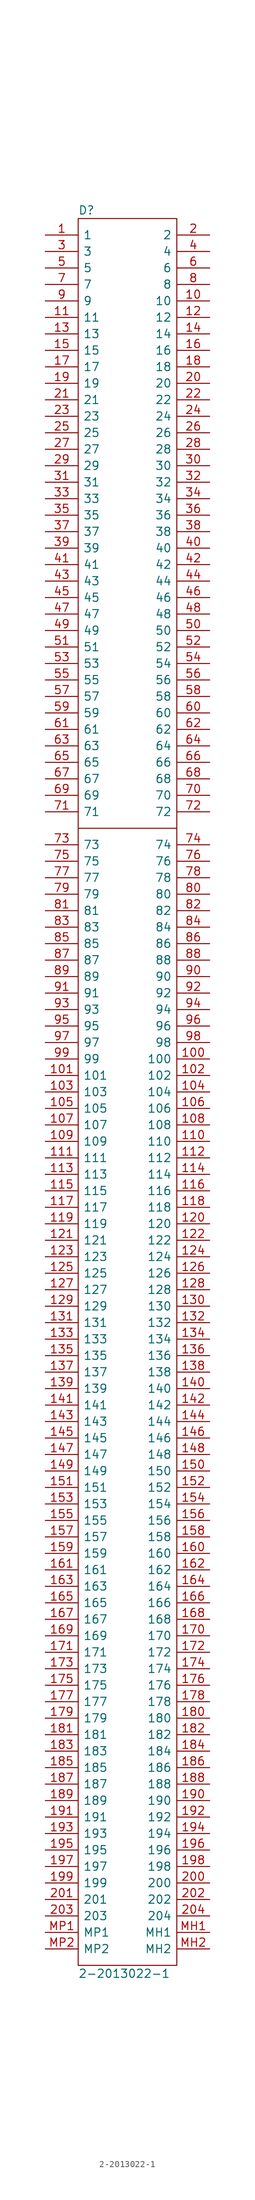
<source format=kicad_sym>
(kicad_symbol_lib
  (version 20211014)
  (generator kicad_symbol_editor)
  (symbol "2-2013022-1"
    (pin_names
      (offset 0.762))
    (property "Reference" "D"
      (at 0 270.51 0)
      (effects (font (size 1.27 1.27)) (justify left)))
    (property "Value" "2-2013022-1"
      (at 0 -1.27 0)
      (effects (font (size 1.27 1.27)) (justify left)))
    (symbol "2-2013022-1_0_0"
      (pin passive line (at -5.08 266.7 0) (length 5.08) (name "1" (effects (font (size 1.27 1.27)))) (number "1" (effects (font (size 1.27 1.27)))))
      (pin passive line (at 20.32 256.54 180) (length 5.08) (name "10" (effects (font (size 1.27 1.27)))) (number "10" (effects (font (size 1.27 1.27)))))
      (pin passive line (at 20.32 139.7 180) (length 5.08) (name "100" (effects (font (size 1.27 1.27)))) (number "100" (effects (font (size 1.27 1.27)))))
      (pin passive line (at -5.08 137.16 0) (length 5.08) (name "101" (effects (font (size 1.27 1.27)))) (number "101" (effects (font (size 1.27 1.27)))))
      (pin passive line (at 20.32 137.16 180) (length 5.08) (name "102" (effects (font (size 1.27 1.27)))) (number "102" (effects (font (size 1.27 1.27)))))
      (pin passive line (at -5.08 134.62 0) (length 5.08) (name "103" (effects (font (size 1.27 1.27)))) (number "103" (effects (font (size 1.27 1.27)))))
      (pin passive line (at 20.32 134.62 180) (length 5.08) (name "104" (effects (font (size 1.27 1.27)))) (number "104" (effects (font (size 1.27 1.27)))))
      (pin passive line (at -5.08 132.08 0) (length 5.08) (name "105" (effects (font (size 1.27 1.27)))) (number "105" (effects (font (size 1.27 1.27)))))
      (pin passive line (at 20.32 132.08 180) (length 5.08) (name "106" (effects (font (size 1.27 1.27)))) (number "106" (effects (font (size 1.27 1.27)))))
      (pin passive line (at -5.08 129.54 0) (length 5.08) (name "107" (effects (font (size 1.27 1.27)))) (number "107" (effects (font (size 1.27 1.27)))))
      (pin passive line (at 20.32 129.54 180) (length 5.08) (name "108" (effects (font (size 1.27 1.27)))) (number "108" (effects (font (size 1.27 1.27)))))
      (pin passive line (at -5.08 127 0) (length 5.08) (name "109" (effects (font (size 1.27 1.27)))) (number "109" (effects (font (size 1.27 1.27)))))
      (pin passive line (at -5.08 254 0) (length 5.08) (name "11" (effects (font (size 1.27 1.27)))) (number "11" (effects (font (size 1.27 1.27)))))
      (pin passive line (at 20.32 127 180) (length 5.08) (name "110" (effects (font (size 1.27 1.27)))) (number "110" (effects (font (size 1.27 1.27)))))
      (pin passive line (at -5.08 124.46 0) (length 5.08) (name "111" (effects (font (size 1.27 1.27)))) (number "111" (effects (font (size 1.27 1.27)))))
      (pin passive line (at 20.32 124.46 180) (length 5.08) (name "112" (effects (font (size 1.27 1.27)))) (number "112" (effects (font (size 1.27 1.27)))))
      (pin passive line (at -5.08 121.92 0) (length 5.08) (name "113" (effects (font (size 1.27 1.27)))) (number "113" (effects (font (size 1.27 1.27)))))
      (pin passive line (at 20.32 121.92 180) (length 5.08) (name "114" (effects (font (size 1.27 1.27)))) (number "114" (effects (font (size 1.27 1.27)))))
      (pin passive line (at -5.08 119.38 0) (length 5.08) (name "115" (effects (font (size 1.27 1.27)))) (number "115" (effects (font (size 1.27 1.27)))))
      (pin passive line (at 20.32 119.38 180) (length 5.08) (name "116" (effects (font (size 1.27 1.27)))) (number "116" (effects (font (size 1.27 1.27)))))
      (pin passive line (at -5.08 116.84 0) (length 5.08) (name "117" (effects (font (size 1.27 1.27)))) (number "117" (effects (font (size 1.27 1.27)))))
      (pin passive line (at 20.32 116.84 180) (length 5.08) (name "118" (effects (font (size 1.27 1.27)))) (number "118" (effects (font (size 1.27 1.27)))))
      (pin passive line (at -5.08 114.3 0) (length 5.08) (name "119" (effects (font (size 1.27 1.27)))) (number "119" (effects (font (size 1.27 1.27)))))
      (pin passive line (at 20.32 254 180) (length 5.08) (name "12" (effects (font (size 1.27 1.27)))) (number "12" (effects (font (size 1.27 1.27)))))
      (pin passive line (at 20.32 114.3 180) (length 5.08) (name "120" (effects (font (size 1.27 1.27)))) (number "120" (effects (font (size 1.27 1.27)))))
      (pin passive line (at -5.08 111.76 0) (length 5.08) (name "121" (effects (font (size 1.27 1.27)))) (number "121" (effects (font (size 1.27 1.27)))))
      (pin passive line (at 20.32 111.76 180) (length 5.08) (name "122" (effects (font (size 1.27 1.27)))) (number "122" (effects (font (size 1.27 1.27)))))
      (pin passive line (at -5.08 109.22 0) (length 5.08) (name "123" (effects (font (size 1.27 1.27)))) (number "123" (effects (font (size 1.27 1.27)))))
      (pin passive line (at 20.32 109.22 180) (length 5.08) (name "124" (effects (font (size 1.27 1.27)))) (number "124" (effects (font (size 1.27 1.27)))))
      (pin passive line (at -5.08 106.68 0) (length 5.08) (name "125" (effects (font (size 1.27 1.27)))) (number "125" (effects (font (size 1.27 1.27)))))
      (pin passive line (at 20.32 106.68 180) (length 5.08) (name "126" (effects (font (size 1.27 1.27)))) (number "126" (effects (font (size 1.27 1.27)))))
      (pin passive line (at -5.08 104.14 0) (length 5.08) (name "127" (effects (font (size 1.27 1.27)))) (number "127" (effects (font (size 1.27 1.27)))))
      (pin passive line (at 20.32 104.14 180) (length 5.08) (name "128" (effects (font (size 1.27 1.27)))) (number "128" (effects (font (size 1.27 1.27)))))
      (pin passive line (at -5.08 101.6 0) (length 5.08) (name "129" (effects (font (size 1.27 1.27)))) (number "129" (effects (font (size 1.27 1.27)))))
      (pin passive line (at -5.08 251.46 0) (length 5.08) (name "13" (effects (font (size 1.27 1.27)))) (number "13" (effects (font (size 1.27 1.27)))))
      (pin passive line (at 20.32 101.6 180) (length 5.08) (name "130" (effects (font (size 1.27 1.27)))) (number "130" (effects (font (size 1.27 1.27)))))
      (pin passive line (at -5.08 99.06 0) (length 5.08) (name "131" (effects (font (size 1.27 1.27)))) (number "131" (effects (font (size 1.27 1.27)))))
      (pin passive line (at 20.32 99.06 180) (length 5.08) (name "132" (effects (font (size 1.27 1.27)))) (number "132" (effects (font (size 1.27 1.27)))))
      (pin passive line (at -5.08 96.52 0) (length 5.08) (name "133" (effects (font (size 1.27 1.27)))) (number "133" (effects (font (size 1.27 1.27)))))
      (pin passive line (at 20.32 96.52 180) (length 5.08) (name "134" (effects (font (size 1.27 1.27)))) (number "134" (effects (font (size 1.27 1.27)))))
      (pin passive line (at -5.08 93.98 0) (length 5.08) (name "135" (effects (font (size 1.27 1.27)))) (number "135" (effects (font (size 1.27 1.27)))))
      (pin passive line (at 20.32 93.98 180) (length 5.08) (name "136" (effects (font (size 1.27 1.27)))) (number "136" (effects (font (size 1.27 1.27)))))
      (pin passive line (at -5.08 91.44 0) (length 5.08) (name "137" (effects (font (size 1.27 1.27)))) (number "137" (effects (font (size 1.27 1.27)))))
      (pin passive line (at 20.32 91.44 180) (length 5.08) (name "138" (effects (font (size 1.27 1.27)))) (number "138" (effects (font (size 1.27 1.27)))))
      (pin passive line (at -5.08 88.9 0) (length 5.08) (name "139" (effects (font (size 1.27 1.27)))) (number "139" (effects (font (size 1.27 1.27)))))
      (pin passive line (at 20.32 251.46 180) (length 5.08) (name "14" (effects (font (size 1.27 1.27)))) (number "14" (effects (font (size 1.27 1.27)))))
      (pin passive line (at 20.32 88.9 180) (length 5.08) (name "140" (effects (font (size 1.27 1.27)))) (number "140" (effects (font (size 1.27 1.27)))))
      (pin passive line (at -5.08 86.36 0) (length 5.08) (name "141" (effects (font (size 1.27 1.27)))) (number "141" (effects (font (size 1.27 1.27)))))
      (pin passive line (at 20.32 86.36 180) (length 5.08) (name "142" (effects (font (size 1.27 1.27)))) (number "142" (effects (font (size 1.27 1.27)))))
      (pin passive line (at -5.08 83.82 0) (length 5.08) (name "143" (effects (font (size 1.27 1.27)))) (number "143" (effects (font (size 1.27 1.27)))))
      (pin passive line (at 20.32 83.82 180) (length 5.08) (name "144" (effects (font (size 1.27 1.27)))) (number "144" (effects (font (size 1.27 1.27)))))
      (pin passive line (at -5.08 81.28 0) (length 5.08) (name "145" (effects (font (size 1.27 1.27)))) (number "145" (effects (font (size 1.27 1.27)))))
      (pin passive line (at 20.32 81.28 180) (length 5.08) (name "146" (effects (font (size 1.27 1.27)))) (number "146" (effects (font (size 1.27 1.27)))))
      (pin passive line (at -5.08 78.74 0) (length 5.08) (name "147" (effects (font (size 1.27 1.27)))) (number "147" (effects (font (size 1.27 1.27)))))
      (pin passive line (at 20.32 78.74 180) (length 5.08) (name "148" (effects (font (size 1.27 1.27)))) (number "148" (effects (font (size 1.27 1.27)))))
      (pin passive line (at -5.08 76.2 0) (length 5.08) (name "149" (effects (font (size 1.27 1.27)))) (number "149" (effects (font (size 1.27 1.27)))))
      (pin passive line (at -5.08 248.92 0) (length 5.08) (name "15" (effects (font (size 1.27 1.27)))) (number "15" (effects (font (size 1.27 1.27)))))
      (pin passive line (at 20.32 76.2 180) (length 5.08) (name "150" (effects (font (size 1.27 1.27)))) (number "150" (effects (font (size 1.27 1.27)))))
      (pin passive line (at -5.08 73.66 0) (length 5.08) (name "151" (effects (font (size 1.27 1.27)))) (number "151" (effects (font (size 1.27 1.27)))))
      (pin passive line (at 20.32 73.66 180) (length 5.08) (name "152" (effects (font (size 1.27 1.27)))) (number "152" (effects (font (size 1.27 1.27)))))
      (pin passive line (at -5.08 71.12 0) (length 5.08) (name "153" (effects (font (size 1.27 1.27)))) (number "153" (effects (font (size 1.27 1.27)))))
      (pin passive line (at 20.32 71.12 180) (length 5.08) (name "154" (effects (font (size 1.27 1.27)))) (number "154" (effects (font (size 1.27 1.27)))))
      (pin passive line (at -5.08 68.58 0) (length 5.08) (name "155" (effects (font (size 1.27 1.27)))) (number "155" (effects (font (size 1.27 1.27)))))
      (pin passive line (at 20.32 68.58 180) (length 5.08) (name "156" (effects (font (size 1.27 1.27)))) (number "156" (effects (font (size 1.27 1.27)))))
      (pin passive line (at -5.08 66.04 0) (length 5.08) (name "157" (effects (font (size 1.27 1.27)))) (number "157" (effects (font (size 1.27 1.27)))))
      (pin passive line (at 20.32 66.04 180) (length 5.08) (name "158" (effects (font (size 1.27 1.27)))) (number "158" (effects (font (size 1.27 1.27)))))
      (pin passive line (at -5.08 63.5 0) (length 5.08) (name "159" (effects (font (size 1.27 1.27)))) (number "159" (effects (font (size 1.27 1.27)))))
      (pin passive line (at 20.32 248.92 180) (length 5.08) (name "16" (effects (font (size 1.27 1.27)))) (number "16" (effects (font (size 1.27 1.27)))))
      (pin passive line (at 20.32 63.5 180) (length 5.08) (name "160" (effects (font (size 1.27 1.27)))) (number "160" (effects (font (size 1.27 1.27)))))
      (pin passive line (at -5.08 60.96 0) (length 5.08) (name "161" (effects (font (size 1.27 1.27)))) (number "161" (effects (font (size 1.27 1.27)))))
      (pin passive line (at 20.32 60.96 180) (length 5.08) (name "162" (effects (font (size 1.27 1.27)))) (number "162" (effects (font (size 1.27 1.27)))))
      (pin passive line (at -5.08 58.42 0) (length 5.08) (name "163" (effects (font (size 1.27 1.27)))) (number "163" (effects (font (size 1.27 1.27)))))
      (pin passive line (at 20.32 58.42 180) (length 5.08) (name "164" (effects (font (size 1.27 1.27)))) (number "164" (effects (font (size 1.27 1.27)))))
      (pin passive line (at -5.08 55.88 0) (length 5.08) (name "165" (effects (font (size 1.27 1.27)))) (number "165" (effects (font (size 1.27 1.27)))))
      (pin passive line (at 20.32 55.88 180) (length 5.08) (name "166" (effects (font (size 1.27 1.27)))) (number "166" (effects (font (size 1.27 1.27)))))
      (pin passive line (at -5.08 53.34 0) (length 5.08) (name "167" (effects (font (size 1.27 1.27)))) (number "167" (effects (font (size 1.27 1.27)))))
      (pin passive line (at 20.32 53.34 180) (length 5.08) (name "168" (effects (font (size 1.27 1.27)))) (number "168" (effects (font (size 1.27 1.27)))))
      (pin passive line (at -5.08 50.8 0) (length 5.08) (name "169" (effects (font (size 1.27 1.27)))) (number "169" (effects (font (size 1.27 1.27)))))
      (pin passive line (at -5.08 246.38 0) (length 5.08) (name "17" (effects (font (size 1.27 1.27)))) (number "17" (effects (font (size 1.27 1.27)))))
      (pin passive line (at 20.32 50.8 180) (length 5.08) (name "170" (effects (font (size 1.27 1.27)))) (number "170" (effects (font (size 1.27 1.27)))))
      (pin passive line (at -5.08 48.26 0) (length 5.08) (name "171" (effects (font (size 1.27 1.27)))) (number "171" (effects (font (size 1.27 1.27)))))
      (pin passive line (at 20.32 48.26 180) (length 5.08) (name "172" (effects (font (size 1.27 1.27)))) (number "172" (effects (font (size 1.27 1.27)))))
      (pin passive line (at -5.08 45.72 0) (length 5.08) (name "173" (effects (font (size 1.27 1.27)))) (number "173" (effects (font (size 1.27 1.27)))))
      (pin passive line (at 20.32 45.72 180) (length 5.08) (name "174" (effects (font (size 1.27 1.27)))) (number "174" (effects (font (size 1.27 1.27)))))
      (pin passive line (at -5.08 43.18 0) (length 5.08) (name "175" (effects (font (size 1.27 1.27)))) (number "175" (effects (font (size 1.27 1.27)))))
      (pin passive line (at 20.32 43.18 180) (length 5.08) (name "176" (effects (font (size 1.27 1.27)))) (number "176" (effects (font (size 1.27 1.27)))))
      (pin passive line (at -5.08 40.64 0) (length 5.08) (name "177" (effects (font (size 1.27 1.27)))) (number "177" (effects (font (size 1.27 1.27)))))
      (pin passive line (at 20.32 40.64 180) (length 5.08) (name "178" (effects (font (size 1.27 1.27)))) (number "178" (effects (font (size 1.27 1.27)))))
      (pin passive line (at -5.08 38.1 0) (length 5.08) (name "179" (effects (font (size 1.27 1.27)))) (number "179" (effects (font (size 1.27 1.27)))))
      (pin passive line (at 20.32 246.38 180) (length 5.08) (name "18" (effects (font (size 1.27 1.27)))) (number "18" (effects (font (size 1.27 1.27)))))
      (pin passive line (at 20.32 38.1 180) (length 5.08) (name "180" (effects (font (size 1.27 1.27)))) (number "180" (effects (font (size 1.27 1.27)))))
      (pin passive line (at -5.08 35.56 0) (length 5.08) (name "181" (effects (font (size 1.27 1.27)))) (number "181" (effects (font (size 1.27 1.27)))))
      (pin passive line (at 20.32 35.56 180) (length 5.08) (name "182" (effects (font (size 1.27 1.27)))) (number "182" (effects (font (size 1.27 1.27)))))
      (pin passive line (at -5.08 33.02 0) (length 5.08) (name "183" (effects (font (size 1.27 1.27)))) (number "183" (effects (font (size 1.27 1.27)))))
      (pin passive line (at 20.32 33.02 180) (length 5.08) (name "184" (effects (font (size 1.27 1.27)))) (number "184" (effects (font (size 1.27 1.27)))))
      (pin passive line (at -5.08 30.48 0) (length 5.08) (name "185" (effects (font (size 1.27 1.27)))) (number "185" (effects (font (size 1.27 1.27)))))
      (pin passive line (at 20.32 30.48 180) (length 5.08) (name "186" (effects (font (size 1.27 1.27)))) (number "186" (effects (font (size 1.27 1.27)))))
      (pin passive line (at -5.08 27.94 0) (length 5.08) (name "187" (effects (font (size 1.27 1.27)))) (number "187" (effects (font (size 1.27 1.27)))))
      (pin passive line (at 20.32 27.94 180) (length 5.08) (name "188" (effects (font (size 1.27 1.27)))) (number "188" (effects (font (size 1.27 1.27)))))
      (pin passive line (at -5.08 25.4 0) (length 5.08) (name "189" (effects (font (size 1.27 1.27)))) (number "189" (effects (font (size 1.27 1.27)))))
      (pin passive line (at -5.08 243.84 0) (length 5.08) (name "19" (effects (font (size 1.27 1.27)))) (number "19" (effects (font (size 1.27 1.27)))))
      (pin passive line (at 20.32 25.4 180) (length 5.08) (name "190" (effects (font (size 1.27 1.27)))) (number "190" (effects (font (size 1.27 1.27)))))
      (pin passive line (at -5.08 22.86 0) (length 5.08) (name "191" (effects (font (size 1.27 1.27)))) (number "191" (effects (font (size 1.27 1.27)))))
      (pin passive line (at 20.32 22.86 180) (length 5.08) (name "192" (effects (font (size 1.27 1.27)))) (number "192" (effects (font (size 1.27 1.27)))))
      (pin passive line (at -5.08 20.32 0) (length 5.08) (name "193" (effects (font (size 1.27 1.27)))) (number "193" (effects (font (size 1.27 1.27)))))
      (pin passive line (at 20.32 20.32 180) (length 5.08) (name "194" (effects (font (size 1.27 1.27)))) (number "194" (effects (font (size 1.27 1.27)))))
      (pin passive line (at -5.08 17.78 0) (length 5.08) (name "195" (effects (font (size 1.27 1.27)))) (number "195" (effects (font (size 1.27 1.27)))))
      (pin passive line (at 20.32 17.78 180) (length 5.08) (name "196" (effects (font (size 1.27 1.27)))) (number "196" (effects (font (size 1.27 1.27)))))
      (pin passive line (at -5.08 15.24 0) (length 5.08) (name "197" (effects (font (size 1.27 1.27)))) (number "197" (effects (font (size 1.27 1.27)))))
      (pin passive line (at 20.32 15.24 180) (length 5.08) (name "198" (effects (font (size 1.27 1.27)))) (number "198" (effects (font (size 1.27 1.27)))))
      (pin passive line (at -5.08 12.7 0) (length 5.08) (name "199" (effects (font (size 1.27 1.27)))) (number "199" (effects (font (size 1.27 1.27)))))
      (pin passive line (at 20.32 266.7 180) (length 5.08) (name "2" (effects (font (size 1.27 1.27)))) (number "2" (effects (font (size 1.27 1.27)))))
      (pin passive line (at 20.32 243.84 180) (length 5.08) (name "20" (effects (font (size 1.27 1.27)))) (number "20" (effects (font (size 1.27 1.27)))))
      (pin passive line (at 20.32 12.7 180) (length 5.08) (name "200" (effects (font (size 1.27 1.27)))) (number "200" (effects (font (size 1.27 1.27)))))
      (pin passive line (at -5.08 10.16 0) (length 5.08) (name "201" (effects (font (size 1.27 1.27)))) (number "201" (effects (font (size 1.27 1.27)))))
      (pin passive line (at 20.32 10.16 180) (length 5.08) (name "202" (effects (font (size 1.27 1.27)))) (number "202" (effects (font (size 1.27 1.27)))))
      (pin passive line (at -5.08 7.62 0) (length 5.08) (name "203" (effects (font (size 1.27 1.27)))) (number "203" (effects (font (size 1.27 1.27)))))
      (pin passive line (at 20.32 7.62 180) (length 5.08) (name "204" (effects (font (size 1.27 1.27)))) (number "204" (effects (font (size 1.27 1.27)))))
      (pin passive line (at -5.08 241.3 0) (length 5.08) (name "21" (effects (font (size 1.27 1.27)))) (number "21" (effects (font (size 1.27 1.27)))))
      (pin passive line (at 20.32 241.3 180) (length 5.08) (name "22" (effects (font (size 1.27 1.27)))) (number "22" (effects (font (size 1.27 1.27)))))
      (pin passive line (at -5.08 238.76 0) (length 5.08) (name "23" (effects (font (size 1.27 1.27)))) (number "23" (effects (font (size 1.27 1.27)))))
      (pin passive line (at 20.32 238.76 180) (length 5.08) (name "24" (effects (font (size 1.27 1.27)))) (number "24" (effects (font (size 1.27 1.27)))))
      (pin passive line (at -5.08 236.22 0) (length 5.08) (name "25" (effects (font (size 1.27 1.27)))) (number "25" (effects (font (size 1.27 1.27)))))
      (pin passive line (at 20.32 236.22 180) (length 5.08) (name "26" (effects (font (size 1.27 1.27)))) (number "26" (effects (font (size 1.27 1.27)))))
      (pin passive line (at -5.08 233.68 0) (length 5.08) (name "27" (effects (font (size 1.27 1.27)))) (number "27" (effects (font (size 1.27 1.27)))))
      (pin passive line (at 20.32 233.68 180) (length 5.08) (name "28" (effects (font (size 1.27 1.27)))) (number "28" (effects (font (size 1.27 1.27)))))
      (pin passive line (at -5.08 231.14 0) (length 5.08) (name "29" (effects (font (size 1.27 1.27)))) (number "29" (effects (font (size 1.27 1.27)))))
      (pin passive line (at -5.08 264.16 0) (length 5.08) (name "3" (effects (font (size 1.27 1.27)))) (number "3" (effects (font (size 1.27 1.27)))))
      (pin passive line (at 20.32 231.14 180) (length 5.08) (name "30" (effects (font (size 1.27 1.27)))) (number "30" (effects (font (size 1.27 1.27)))))
      (pin passive line (at -5.08 228.6 0) (length 5.08) (name "31" (effects (font (size 1.27 1.27)))) (number "31" (effects (font (size 1.27 1.27)))))
      (pin passive line (at 20.32 228.6 180) (length 5.08) (name "32" (effects (font (size 1.27 1.27)))) (number "32" (effects (font (size 1.27 1.27)))))
      (pin passive line (at -5.08 226.06 0) (length 5.08) (name "33" (effects (font (size 1.27 1.27)))) (number "33" (effects (font (size 1.27 1.27)))))
      (pin passive line (at 20.32 226.06 180) (length 5.08) (name "34" (effects (font (size 1.27 1.27)))) (number "34" (effects (font (size 1.27 1.27)))))
      (pin passive line (at -5.08 223.52 0) (length 5.08) (name "35" (effects (font (size 1.27 1.27)))) (number "35" (effects (font (size 1.27 1.27)))))
      (pin passive line (at 20.32 223.52 180) (length 5.08) (name "36" (effects (font (size 1.27 1.27)))) (number "36" (effects (font (size 1.27 1.27)))))
      (pin passive line (at -5.08 220.98 0) (length 5.08) (name "37" (effects (font (size 1.27 1.27)))) (number "37" (effects (font (size 1.27 1.27)))))
      (pin passive line (at 20.32 220.98 180) (length 5.08) (name "38" (effects (font (size 1.27 1.27)))) (number "38" (effects (font (size 1.27 1.27)))))
      (pin passive line (at -5.08 218.44 0) (length 5.08) (name "39" (effects (font (size 1.27 1.27)))) (number "39" (effects (font (size 1.27 1.27)))))
      (pin passive line (at 20.32 264.16 180) (length 5.08) (name "4" (effects (font (size 1.27 1.27)))) (number "4" (effects (font (size 1.27 1.27)))))
      (pin passive line (at 20.32 218.44 180) (length 5.08) (name "40" (effects (font (size 1.27 1.27)))) (number "40" (effects (font (size 1.27 1.27)))))
      (pin passive line (at -5.08 215.9 0) (length 5.08) (name "41" (effects (font (size 1.27 1.27)))) (number "41" (effects (font (size 1.27 1.27)))))
      (pin passive line (at 20.32 215.9 180) (length 5.08) (name "42" (effects (font (size 1.27 1.27)))) (number "42" (effects (font (size 1.27 1.27)))))
      (pin passive line (at -5.08 213.36 0) (length 5.08) (name "43" (effects (font (size 1.27 1.27)))) (number "43" (effects (font (size 1.27 1.27)))))
      (pin passive line (at 20.32 213.36 180) (length 5.08) (name "44" (effects (font (size 1.27 1.27)))) (number "44" (effects (font (size 1.27 1.27)))))
      (pin passive line (at -5.08 210.82 0) (length 5.08) (name "45" (effects (font (size 1.27 1.27)))) (number "45" (effects (font (size 1.27 1.27)))))
      (pin passive line (at 20.32 210.82 180) (length 5.08) (name "46" (effects (font (size 1.27 1.27)))) (number "46" (effects (font (size 1.27 1.27)))))
      (pin passive line (at -5.08 208.28 0) (length 5.08) (name "47" (effects (font (size 1.27 1.27)))) (number "47" (effects (font (size 1.27 1.27)))))
      (pin passive line (at 20.32 208.28 180) (length 5.08) (name "48" (effects (font (size 1.27 1.27)))) (number "48" (effects (font (size 1.27 1.27)))))
      (pin passive line (at -5.08 205.74 0) (length 5.08) (name "49" (effects (font (size 1.27 1.27)))) (number "49" (effects (font (size 1.27 1.27)))))
      (pin passive line (at -5.08 261.62 0) (length 5.08) (name "5" (effects (font (size 1.27 1.27)))) (number "5" (effects (font (size 1.27 1.27)))))
      (pin passive line (at 20.32 205.74 180) (length 5.08) (name "50" (effects (font (size 1.27 1.27)))) (number "50" (effects (font (size 1.27 1.27)))))
      (pin passive line (at -5.08 203.2 0) (length 5.08) (name "51" (effects (font (size 1.27 1.27)))) (number "51" (effects (font (size 1.27 1.27)))))
      (pin passive line (at 20.32 203.2 180) (length 5.08) (name "52" (effects (font (size 1.27 1.27)))) (number "52" (effects (font (size 1.27 1.27)))))
      (pin passive line (at -5.08 200.66 0) (length 5.08) (name "53" (effects (font (size 1.27 1.27)))) (number "53" (effects (font (size 1.27 1.27)))))
      (pin passive line (at 20.32 200.66 180) (length 5.08) (name "54" (effects (font (size 1.27 1.27)))) (number "54" (effects (font (size 1.27 1.27)))))
      (pin passive line (at -5.08 198.12 0) (length 5.08) (name "55" (effects (font (size 1.27 1.27)))) (number "55" (effects (font (size 1.27 1.27)))))
      (pin passive line (at 20.32 198.12 180) (length 5.08) (name "56" (effects (font (size 1.27 1.27)))) (number "56" (effects (font (size 1.27 1.27)))))
      (pin passive line (at -5.08 195.58 0) (length 5.08) (name "57" (effects (font (size 1.27 1.27)))) (number "57" (effects (font (size 1.27 1.27)))))
      (pin passive line (at 20.32 195.58 180) (length 5.08) (name "58" (effects (font (size 1.27 1.27)))) (number "58" (effects (font (size 1.27 1.27)))))
      (pin passive line (at -5.08 193.04 0) (length 5.08) (name "59" (effects (font (size 1.27 1.27)))) (number "59" (effects (font (size 1.27 1.27)))))
      (pin passive line (at 20.32 261.62 180) (length 5.08) (name "6" (effects (font (size 1.27 1.27)))) (number "6" (effects (font (size 1.27 1.27)))))
      (pin passive line (at 20.32 193.04 180) (length 5.08) (name "60" (effects (font (size 1.27 1.27)))) (number "60" (effects (font (size 1.27 1.27)))))
      (pin passive line (at -5.08 190.5 0) (length 5.08) (name "61" (effects (font (size 1.27 1.27)))) (number "61" (effects (font (size 1.27 1.27)))))
      (pin passive line (at 20.32 190.5 180) (length 5.08) (name "62" (effects (font (size 1.27 1.27)))) (number "62" (effects (font (size 1.27 1.27)))))
      (pin passive line (at -5.08 187.96 0) (length 5.08) (name "63" (effects (font (size 1.27 1.27)))) (number "63" (effects (font (size 1.27 1.27)))))
      (pin passive line (at 20.32 187.96 180) (length 5.08) (name "64" (effects (font (size 1.27 1.27)))) (number "64" (effects (font (size 1.27 1.27)))))
      (pin passive line (at -5.08 185.42 0) (length 5.08) (name "65" (effects (font (size 1.27 1.27)))) (number "65" (effects (font (size 1.27 1.27)))))
      (pin passive line (at 20.32 185.42 180) (length 5.08) (name "66" (effects (font (size 1.27 1.27)))) (number "66" (effects (font (size 1.27 1.27)))))
      (pin passive line (at -5.08 182.88 0) (length 5.08) (name "67" (effects (font (size 1.27 1.27)))) (number "67" (effects (font (size 1.27 1.27)))))
      (pin passive line (at 20.32 182.88 180) (length 5.08) (name "68" (effects (font (size 1.27 1.27)))) (number "68" (effects (font (size 1.27 1.27)))))
      (pin passive line (at -5.08 180.34 0) (length 5.08) (name "69" (effects (font (size 1.27 1.27)))) (number "69" (effects (font (size 1.27 1.27)))))
      (pin passive line (at -5.08 259.08 0) (length 5.08) (name "7" (effects (font (size 1.27 1.27)))) (number "7" (effects (font (size 1.27 1.27)))))
      (pin passive line (at 20.32 180.34 180) (length 5.08) (name "70" (effects (font (size 1.27 1.27)))) (number "70" (effects (font (size 1.27 1.27)))))
      (pin passive line (at -5.08 177.8 0) (length 5.08) (name "71" (effects (font (size 1.27 1.27)))) (number "71" (effects (font (size 1.27 1.27)))))
      (pin passive line (at 20.32 177.8 180) (length 5.08) (name "72" (effects (font (size 1.27 1.27)))) (number "72" (effects (font (size 1.27 1.27)))))
      (pin passive line (at -5.08 172.72 0) (length 5.08) (name "73" (effects (font (size 1.27 1.27)))) (number "73" (effects (font (size 1.27 1.27)))))
      (pin passive line (at 20.32 172.72 180) (length 5.08) (name "74" (effects (font (size 1.27 1.27)))) (number "74" (effects (font (size 1.27 1.27)))))
      (pin passive line (at -5.08 170.18 0) (length 5.08) (name "75" (effects (font (size 1.27 1.27)))) (number "75" (effects (font (size 1.27 1.27)))))
      (pin passive line (at 20.32 170.18 180) (length 5.08) (name "76" (effects (font (size 1.27 1.27)))) (number "76" (effects (font (size 1.27 1.27)))))
      (pin passive line (at -5.08 167.64 0) (length 5.08) (name "77" (effects (font (size 1.27 1.27)))) (number "77" (effects (font (size 1.27 1.27)))))
      (pin passive line (at 20.32 167.64 180) (length 5.08) (name "78" (effects (font (size 1.27 1.27)))) (number "78" (effects (font (size 1.27 1.27)))))
      (pin passive line (at -5.08 165.1 0) (length 5.08) (name "79" (effects (font (size 1.27 1.27)))) (number "79" (effects (font (size 1.27 1.27)))))
      (pin passive line (at 20.32 259.08 180) (length 5.08) (name "8" (effects (font (size 1.27 1.27)))) (number "8" (effects (font (size 1.27 1.27)))))
      (pin passive line (at 20.32 165.1 180) (length 5.08) (name "80" (effects (font (size 1.27 1.27)))) (number "80" (effects (font (size 1.27 1.27)))))
      (pin passive line (at -5.08 162.56 0) (length 5.08) (name "81" (effects (font (size 1.27 1.27)))) (number "81" (effects (font (size 1.27 1.27)))))
      (pin passive line (at 20.32 162.56 180) (length 5.08) (name "82" (effects (font (size 1.27 1.27)))) (number "82" (effects (font (size 1.27 1.27)))))
      (pin passive line (at -5.08 160.02 0) (length 5.08) (name "83" (effects (font (size 1.27 1.27)))) (number "83" (effects (font (size 1.27 1.27)))))
      (pin passive line (at 20.32 160.02 180) (length 5.08) (name "84" (effects (font (size 1.27 1.27)))) (number "84" (effects (font (size 1.27 1.27)))))
      (pin passive line (at -5.08 157.48 0) (length 5.08) (name "85" (effects (font (size 1.27 1.27)))) (number "85" (effects (font (size 1.27 1.27)))))
      (pin passive line (at 20.32 157.48 180) (length 5.08) (name "86" (effects (font (size 1.27 1.27)))) (number "86" (effects (font (size 1.27 1.27)))))
      (pin passive line (at -5.08 154.94 0) (length 5.08) (name "87" (effects (font (size 1.27 1.27)))) (number "87" (effects (font (size 1.27 1.27)))))
      (pin passive line (at 20.32 154.94 180) (length 5.08) (name "88" (effects (font (size 1.27 1.27)))) (number "88" (effects (font (size 1.27 1.27)))))
      (pin passive line (at -5.08 152.4 0) (length 5.08) (name "89" (effects (font (size 1.27 1.27)))) (number "89" (effects (font (size 1.27 1.27)))))
      (pin passive line (at -5.08 256.54 0) (length 5.08) (name "9" (effects (font (size 1.27 1.27)))) (number "9" (effects (font (size 1.27 1.27)))))
      (pin passive line (at 20.32 152.4 180) (length 5.08) (name "90" (effects (font (size 1.27 1.27)))) (number "90" (effects (font (size 1.27 1.27)))))
      (pin passive line (at -5.08 149.86 0) (length 5.08) (name "91" (effects (font (size 1.27 1.27)))) (number "91" (effects (font (size 1.27 1.27)))))
      (pin passive line (at 20.32 149.86 180) (length 5.08) (name "92" (effects (font (size 1.27 1.27)))) (number "92" (effects (font (size 1.27 1.27)))))
      (pin passive line (at -5.08 147.32 0) (length 5.08) (name "93" (effects (font (size 1.27 1.27)))) (number "93" (effects (font (size 1.27 1.27)))))
      (pin passive line (at 20.32 147.32 180) (length 5.08) (name "94" (effects (font (size 1.27 1.27)))) (number "94" (effects (font (size 1.27 1.27)))))
      (pin passive line (at -5.08 144.78 0) (length 5.08) (name "95" (effects (font (size 1.27 1.27)))) (number "95" (effects (font (size 1.27 1.27)))))
      (pin passive line (at 20.32 144.78 180) (length 5.08) (name "96" (effects (font (size 1.27 1.27)))) (number "96" (effects (font (size 1.27 1.27)))))
      (pin passive line (at -5.08 142.24 0) (length 5.08) (name "97" (effects (font (size 1.27 1.27)))) (number "97" (effects (font (size 1.27 1.27)))))
      (pin passive line (at 20.32 142.24 180) (length 5.08) (name "98" (effects (font (size 1.27 1.27)))) (number "98" (effects (font (size 1.27 1.27)))))
      (pin passive line (at -5.08 139.7 0) (length 5.08) (name "99" (effects (font (size 1.27 1.27)))) (number "99" (effects (font (size 1.27 1.27)))))
      (pin passive line (at 20.32 5.08 180) (length 5.08) (name "MH1" (effects (font (size 1.27 1.27)))) (number "MH1" (effects (font (size 1.27 1.27)))))
      (pin passive line (at 20.32 2.54 180) (length 5.08) (name "MH2" (effects (font (size 1.27 1.27)))) (number "MH2" (effects (font (size 1.27 1.27)))))
      (pin passive line (at -5.08 5.08 0) (length 5.08) (name "MP1" (effects (font (size 1.27 1.27)))) (number "MP1" (effects (font (size 1.27 1.27)))))
      (pin passive line (at -5.08 2.54 0) (length 5.08) (name "MP2" (effects (font (size 1.27 1.27)))) (number "MP2" (effects (font (size 1.27 1.27))))))
    (symbol "2-2013022-1_0_1"
      (polyline (pts (xy 15.24 175.26) (xy 0 175.26)) (stroke (width 0) (type default) (color 0 0 0 0)) (fill (type none)))
      (rectangle (start 0 0) (end 15.24 269.24) (stroke (width 0) (type default) (color 0 0 0 0)) (fill (type none))))))
</source>
